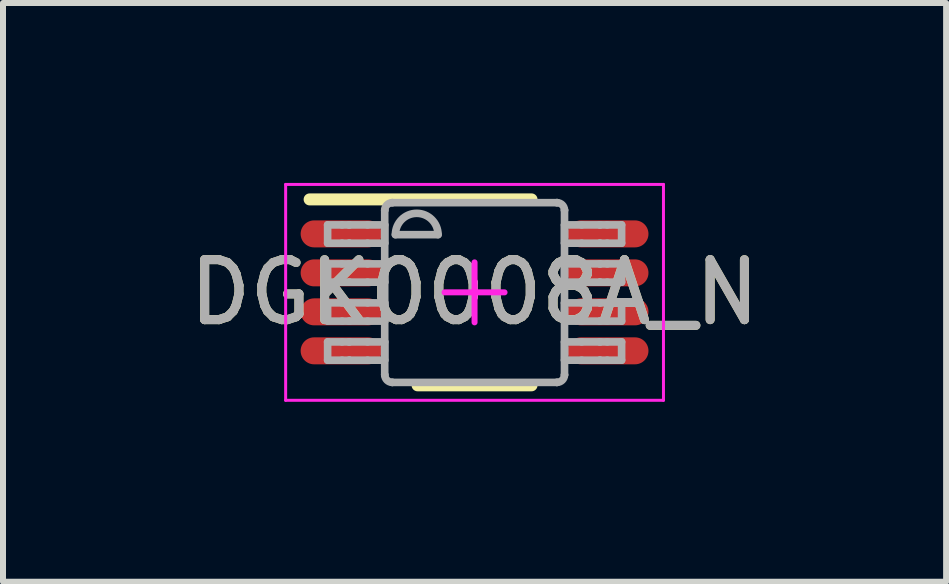
<source format=kicad_pcb>
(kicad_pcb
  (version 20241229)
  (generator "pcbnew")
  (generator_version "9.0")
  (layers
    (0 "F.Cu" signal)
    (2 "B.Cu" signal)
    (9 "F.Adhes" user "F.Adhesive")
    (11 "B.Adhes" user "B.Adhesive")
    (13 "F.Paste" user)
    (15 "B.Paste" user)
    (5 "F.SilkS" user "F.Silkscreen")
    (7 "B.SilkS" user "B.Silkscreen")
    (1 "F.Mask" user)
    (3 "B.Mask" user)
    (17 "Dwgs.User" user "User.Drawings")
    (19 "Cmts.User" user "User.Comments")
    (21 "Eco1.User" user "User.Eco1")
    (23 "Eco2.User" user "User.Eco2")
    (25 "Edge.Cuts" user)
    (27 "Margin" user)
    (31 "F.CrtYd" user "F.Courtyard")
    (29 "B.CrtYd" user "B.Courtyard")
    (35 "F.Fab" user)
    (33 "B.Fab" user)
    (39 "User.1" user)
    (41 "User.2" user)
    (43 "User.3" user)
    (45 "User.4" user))
  (footprint "DGK0008A_N"
    (layer "F.Cu")
    (at 4.863 1.825)
    (property "Reference" "DGK0008A_N" (at 0 0 0) (unlocked yes) (layer "F.SilkS") (effects (font (size 1 1) (thickness 0.15))))
    (attr smd)
    (fp_line (start -2.75 -1.55) (end 0.95 -1.55) (stroke (width 0.2) (type solid)) (layer "F.SilkS"))
    (fp_line (start -0.95 1.55) (end 0.95 1.55) (stroke (width 0.2) (type solid)) (layer "F.SilkS"))
    (fp_line (start -3.15 -1.8) (end 3.15 -1.8) (stroke (width 0.05) (type solid)) (layer "F.CrtYd"))
    (fp_line (start -3.15 1.8) (end -3.15 -1.8) (stroke (width 0.05) (type solid)) (layer "F.CrtYd"))
    (fp_line (start -3.15 1.8) (end 3.15 1.8) (stroke (width 0.05) (type solid)) (layer "F.CrtYd"))
    (fp_line (start -0.5 0) (end 0.5 0) (stroke (width 0.1) (type solid)) (layer "F.CrtYd"))
    (fp_line (start 0 0.5) (end 0 -0.5) (stroke (width 0.1) (type solid)) (layer "F.CrtYd"))
    (fp_line (start 3.15 1.8) (end 3.15 -1.8) (stroke (width 0.05) (type solid)) (layer "F.CrtYd"))
    (fp_line (start -2.45 -1.125) (end -2.21 -1.125) (stroke (width 0.127) (type solid)) (layer "F.Fab"))
    (fp_line (start -2.45 -0.82) (end -2.45 -1.125) (stroke (width 0.127) (type solid)) (layer "F.Fab"))
    (fp_line (start -2.45 -0.82) (end -2.21 -0.82) (stroke (width 0.127) (type solid)) (layer "F.Fab"))
    (fp_line (start -2.45 -0.475) (end -2.21 -0.475) (stroke (width 0.127) (type solid)) (layer "F.Fab"))
    (fp_line (start -2.45 -0.17) (end -2.45 -0.475) (stroke (width 0.127) (type solid)) (layer "F.Fab"))
    (fp_line (start -2.45 -0.17) (end -2.21 -0.17) (stroke (width 0.127) (type solid)) (layer "F.Fab"))
    (fp_line (start -2.45 0.175) (end -2.21 0.175) (stroke (width 0.127) (type solid)) (layer "F.Fab"))
    (fp_line (start -2.45 0.48) (end -2.45 0.175) (stroke (width 0.127) (type solid)) (layer "F.Fab"))
    (fp_line (start -2.45 0.48) (end -2.21 0.48) (stroke (width 0.127) (type solid)) (layer "F.Fab"))
    (fp_line (start -2.45 0.826) (end -2.21 0.826) (stroke (width 0.127) (type solid)) (layer "F.Fab"))
    (fp_line (start -2.45 1.131) (end -2.45 0.826) (stroke (width 0.127) (type solid)) (layer "F.Fab"))
    (fp_line (start -2.45 1.131) (end -2.21 1.131) (stroke (width 0.127) (type solid)) (layer "F.Fab"))
    (fp_line (start -2.21 -1.125) (end -2.091 -1.125) (stroke (width 0.127) (type solid)) (layer "F.Fab"))
    (fp_line (start -2.21 -0.82) (end -2.091 -0.82) (stroke (width 0.127) (type solid)) (layer "F.Fab"))
    (fp_line (start -2.21 -0.475) (end -2.091 -0.475) (stroke (width 0.127) (type solid)) (layer "F.Fab"))
    (fp_line (start -2.21 -0.17) (end -2.091 -0.17) (stroke (width 0.127) (type solid)) (layer "F.Fab"))
    (fp_line (start -2.21 0.175) (end -2.091 0.175) (stroke (width 0.127) (type solid)) (layer "F.Fab"))
    (fp_line (start -2.21 0.48) (end -2.091 0.48) (stroke (width 0.127) (type solid)) (layer "F.Fab"))
    (fp_line (start -2.21 0.826) (end -2.091 0.826) (stroke (width 0.127) (type solid)) (layer "F.Fab"))
    (fp_line (start -2.21 1.131) (end -2.091 1.131) (stroke (width 0.127) (type solid)) (layer "F.Fab"))
    (fp_line (start -2.091 -1.125) (end -2.087 -1.125) (stroke (width 0.127) (type solid)) (layer "F.Fab"))
    (fp_line (start -2.091 -0.82) (end -2.087 -0.82) (stroke (width 0.127) (type solid)) (layer "F.Fab"))
    (fp_line (start -2.091 -0.475) (end -2.087 -0.475) (stroke (width 0.127) (type solid)) (layer "F.Fab"))
    (fp_line (start -2.091 -0.17) (end -2.087 -0.17) (stroke (width 0.127) (type solid)) (layer "F.Fab"))
    (fp_line (start -2.091 0.175) (end -2.087 0.175) (stroke (width 0.127) (type solid)) (layer "F.Fab"))
    (fp_line (start -2.091 0.48) (end -2.087 0.48) (stroke (width 0.127) (type solid)) (layer "F.Fab"))
    (fp_line (start -2.091 0.826) (end -2.087 0.826) (stroke (width 0.127) (type solid)) (layer "F.Fab"))
    (fp_line (start -2.091 1.131) (end -2.087 1.131) (stroke (width 0.127) (type solid)) (layer "F.Fab"))
    (fp_line (start -2.087 -1.125) (end -1.784 -1.125) (stroke (width 0.127) (type solid)) (layer "F.Fab"))
    (fp_line (start -2.087 -0.82) (end -1.784 -0.82) (stroke (width 0.127) (type solid)) (layer "F.Fab"))
    (fp_line (start -2.087 -0.475) (end -1.784 -0.475) (stroke (width 0.127) (type solid)) (layer "F.Fab"))
    (fp_line (start -2.087 -0.17) (end -1.784 -0.17) (stroke (width 0.127) (type solid)) (layer "F.Fab"))
    (fp_line (start -2.087 0.175) (end -1.784 0.175) (stroke (width 0.127) (type solid)) (layer "F.Fab"))
    (fp_line (start -2.087 0.48) (end -1.784 0.48) (stroke (width 0.127) (type solid)) (layer "F.Fab"))
    (fp_line (start -2.087 0.826) (end -1.784 0.826) (stroke (width 0.127) (type solid)) (layer "F.Fab"))
    (fp_line (start -2.087 1.131) (end -1.784 1.131) (stroke (width 0.127) (type solid)) (layer "F.Fab"))
    (fp_line (start -1.784 -1.125) (end -1.498 -1.125) (stroke (width 0.127) (type solid)) (layer "F.Fab"))
    (fp_line (start -1.784 -0.82) (end -1.498 -0.82) (stroke (width 0.127) (type solid)) (layer "F.Fab"))
    (fp_line (start -1.784 -0.475) (end -1.498 -0.475) (stroke (width 0.127) (type solid)) (layer "F.Fab"))
    (fp_line (start -1.784 -0.17) (end -1.498 -0.17) (stroke (width 0.127) (type solid)) (layer "F.Fab"))
    (fp_line (start -1.784 0.175) (end -1.498 0.175) (stroke (width 0.127) (type solid)) (layer "F.Fab"))
    (fp_line (start -1.784 0.48) (end -1.498 0.48) (stroke (width 0.127) (type solid)) (layer "F.Fab"))
    (fp_line (start -1.784 0.826) (end -1.498 0.826) (stroke (width 0.127) (type solid)) (layer "F.Fab"))
    (fp_line (start -1.784 1.131) (end -1.498 1.131) (stroke (width 0.127) (type solid)) (layer "F.Fab"))
    (fp_line (start -1.498 -1.369) (end -1.497 -1.372) (stroke (width 0.127) (type solid)) (layer "F.Fab"))
    (fp_line (start -1.498 -0.82) (end -1.498 -1.125) (stroke (width 0.127) (type solid)) (layer "F.Fab"))
    (fp_line (start -1.498 -0.17) (end -1.498 -0.475) (stroke (width 0.127) (type solid)) (layer "F.Fab"))
    (fp_line (start -1.498 0.48) (end -1.498 0.175) (stroke (width 0.127) (type solid)) (layer "F.Fab"))
    (fp_line (start -1.498 1.131) (end -1.498 0.826) (stroke (width 0.127) (type solid)) (layer "F.Fab"))
    (fp_line (start -1.498 1.374) (end -1.498 -1.369) (stroke (width 0.127) (type solid)) (layer "F.Fab"))
    (fp_line (start -1.498 1.374) (end -1.497 1.377) (stroke (width 0.127) (type solid)) (layer "F.Fab"))
    (fp_line (start -1.373 -1.496) (end -1.371 -1.496) (stroke (width 0.127) (type solid)) (layer "F.Fab"))
    (fp_line (start -1.373 1.501) (end -1.371 1.501) (stroke (width 0.127) (type solid)) (layer "F.Fab"))
    (fp_line (start -1.371 -1.496) (end 1.373 -1.496) (stroke (width 0.127) (type solid)) (layer "F.Fab"))
    (fp_line (start -1.371 1.501) (end 1.373 1.501) (stroke (width 0.127) (type solid)) (layer "F.Fab"))
    (fp_line (start -1.32 -0.962) (end -0.609 -0.962) (stroke (width 0.127) (type solid)) (layer "F.Fab"))
    (fp_line (start 1.373 -1.496) (end 1.375 -1.496) (stroke (width 0.127) (type solid)) (layer "F.Fab"))
    (fp_line (start 1.373 1.501) (end 1.375 1.501) (stroke (width 0.127) (type solid)) (layer "F.Fab"))
    (fp_line (start 1.5 -1.372) (end 1.5 -1.369) (stroke (width 0.127) (type solid)) (layer "F.Fab"))
    (fp_line (start 1.5 1.377) (end 1.5 1.374) (stroke (width 0.127) (type solid)) (layer "F.Fab"))
    (fp_line (start 1.5 -1.125) (end 1.786 -1.125) (stroke (width 0.127) (type solid)) (layer "F.Fab"))
    (fp_line (start 1.5 -0.82) (end 1.5 -1.125) (stroke (width 0.127) (type solid)) (layer "F.Fab"))
    (fp_line (start 1.5 -0.82) (end 1.786 -0.82) (stroke (width 0.127) (type solid)) (layer "F.Fab"))
    (fp_line (start 1.5 -0.475) (end 1.786 -0.475) (stroke (width 0.127) (type solid)) (layer "F.Fab"))
    (fp_line (start 1.5 -0.17) (end 1.5 -0.475) (stroke (width 0.127) (type solid)) (layer "F.Fab"))
    (fp_line (start 1.5 -0.17) (end 1.786 -0.17) (stroke (width 0.127) (type solid)) (layer "F.Fab"))
    (fp_line (start 1.5 0.175) (end 1.786 0.175) (stroke (width 0.127) (type solid)) (layer "F.Fab"))
    (fp_line (start 1.5 0.48) (end 1.5 0.175) (stroke (width 0.127) (type solid)) (layer "F.Fab"))
    (fp_line (start 1.5 0.48) (end 1.786 0.48) (stroke (width 0.127) (type solid)) (layer "F.Fab"))
    (fp_line (start 1.5 0.826) (end 1.786 0.826) (stroke (width 0.127) (type solid)) (layer "F.Fab"))
    (fp_line (start 1.5 1.131) (end 1.5 0.826) (stroke (width 0.127) (type solid)) (layer "F.Fab"))
    (fp_line (start 1.5 1.131) (end 1.786 1.131) (stroke (width 0.127) (type solid)) (layer "F.Fab"))
    (fp_line (start 1.5 1.374) (end 1.5 -1.369) (stroke (width 0.127) (type solid)) (layer "F.Fab"))
    (fp_line (start 1.786 -1.125) (end 2.089 -1.125) (stroke (width 0.127) (type solid)) (layer "F.Fab"))
    (fp_line (start 1.786 -0.82) (end 2.089 -0.82) (stroke (width 0.127) (type solid)) (layer "F.Fab"))
    (fp_line (start 1.786 -0.475) (end 2.089 -0.475) (stroke (width 0.127) (type solid)) (layer "F.Fab"))
    (fp_line (start 1.786 -0.17) (end 2.089 -0.17) (stroke (width 0.127) (type solid)) (layer "F.Fab"))
    (fp_line (start 1.786 0.175) (end 2.089 0.175) (stroke (width 0.127) (type solid)) (layer "F.Fab"))
    (fp_line (start 1.786 0.48) (end 2.089 0.48) (stroke (width 0.127) (type solid)) (layer "F.Fab"))
    (fp_line (start 1.786 0.826) (end 2.089 0.826) (stroke (width 0.127) (type solid)) (layer "F.Fab"))
    (fp_line (start 1.786 1.131) (end 2.089 1.131) (stroke (width 0.127) (type solid)) (layer "F.Fab"))
    (fp_line (start 2.089 -1.125) (end 2.093 -1.125) (stroke (width 0.127) (type solid)) (layer "F.Fab"))
    (fp_line (start 2.089 -0.82) (end 2.093 -0.82) (stroke (width 0.127) (type solid)) (layer "F.Fab"))
    (fp_line (start 2.089 -0.475) (end 2.093 -0.475) (stroke (width 0.127) (type solid)) (layer "F.Fab"))
    (fp_line (start 2.089 -0.17) (end 2.093 -0.17) (stroke (width 0.127) (type solid)) (layer "F.Fab"))
    (fp_line (start 2.089 0.175) (end 2.093 0.175) (stroke (width 0.127) (type solid)) (layer "F.Fab"))
    (fp_line (start 2.089 0.48) (end 2.093 0.48) (stroke (width 0.127) (type solid)) (layer "F.Fab"))
    (fp_line (start 2.089 0.826) (end 2.093 0.826) (stroke (width 0.127) (type solid)) (layer "F.Fab"))
    (fp_line (start 2.089 1.131) (end 2.093 1.131) (stroke (width 0.127) (type solid)) (layer "F.Fab"))
    (fp_line (start 2.093 -1.125) (end 2.213 -1.125) (stroke (width 0.127) (type solid)) (layer "F.Fab"))
    (fp_line (start 2.093 -0.82) (end 2.213 -0.82) (stroke (width 0.127) (type solid)) (layer "F.Fab"))
    (fp_line (start 2.093 -0.475) (end 2.213 -0.475) (stroke (width 0.127) (type solid)) (layer "F.Fab"))
    (fp_line (start 2.093 -0.17) (end 2.213 -0.17) (stroke (width 0.127) (type solid)) (layer "F.Fab"))
    (fp_line (start 2.093 0.175) (end 2.213 0.175) (stroke (width 0.127) (type solid)) (layer "F.Fab"))
    (fp_line (start 2.093 0.48) (end 2.213 0.48) (stroke (width 0.127) (type solid)) (layer "F.Fab"))
    (fp_line (start 2.093 0.826) (end 2.213 0.826) (stroke (width 0.127) (type solid)) (layer "F.Fab"))
    (fp_line (start 2.093 1.131) (end 2.213 1.131) (stroke (width 0.127) (type solid)) (layer "F.Fab"))
    (fp_line (start 2.213 -1.125) (end 2.452 -1.125) (stroke (width 0.127) (type solid)) (layer "F.Fab"))
    (fp_line (start 2.213 -0.82) (end 2.452 -0.82) (stroke (width 0.127) (type solid)) (layer "F.Fab"))
    (fp_line (start 2.213 -0.475) (end 2.452 -0.475) (stroke (width 0.127) (type solid)) (layer "F.Fab"))
    (fp_line (start 2.213 -0.17) (end 2.452 -0.17) (stroke (width 0.127) (type solid)) (layer "F.Fab"))
    (fp_line (start 2.213 0.175) (end 2.452 0.175) (stroke (width 0.127) (type solid)) (layer "F.Fab"))
    (fp_line (start 2.213 0.48) (end 2.452 0.48) (stroke (width 0.127) (type solid)) (layer "F.Fab"))
    (fp_line (start 2.213 0.826) (end 2.452 0.826) (stroke (width 0.127) (type solid)) (layer "F.Fab"))
    (fp_line (start 2.213 1.131) (end 2.452 1.131) (stroke (width 0.127) (type solid)) (layer "F.Fab"))
    (fp_line (start 2.452 -0.82) (end 2.452 -1.125) (stroke (width 0.127) (type solid)) (layer "F.Fab"))
    (fp_line (start 2.452 -0.17) (end 2.452 -0.475) (stroke (width 0.127) (type solid)) (layer "F.Fab"))
    (fp_line (start 2.452 0.48) (end 2.452 0.175) (stroke (width 0.127) (type solid)) (layer "F.Fab"))
    (fp_line (start 2.452 1.131) (end 2.452 0.826) (stroke (width 0.127) (type solid)) (layer "F.Fab"))
    (fp_arc (start -1.497476 -1.371582) (mid -1.460306 -1.458644) (end -1.373243 -1.495814) (stroke (width 0.127) (type solid)) (layer "F.Fab"))
    (fp_arc (start -1.373243 1.501336) (mid -1.460306 1.464166) (end -1.497476 1.377104) (stroke (width 0.127) (type solid)) (layer "F.Fab"))
    (fp_arc (start -1.3197 -0.962439) (mid -0.9641 -1.318039) (end -0.6085 -0.962439) (stroke (width 0.127) (type solid)) (layer "F.Fab"))
    (fp_arc (start 1.375443 -1.495814) (mid 1.462505 -1.458644) (end 1.499675 -1.371582) (stroke (width 0.127) (type solid)) (layer "F.Fab"))
    (fp_arc (start 1.499675 1.377104) (mid 1.462505 1.464166) (end 1.375443 1.501336) (stroke (width 0.127) (type solid)) (layer "F.Fab"))
    (fp_text user "${REFERENCE}" (at 0 0 0) (unlocked yes) (layer "F.Fab") (effects (font (size 1 1) (thickness 0.15))))
    (pad "1" smd oval (at -2.225 -0.975 90) (size 0.45 1.35) (layers "F.Cu" "F.Mask" "F.Paste"))
    (pad "2" smd oval (at -2.225 -0.325 90) (size 0.45 1.35) (layers "F.Cu" "F.Mask" "F.Paste"))
    (pad "3" smd oval (at -2.225 0.325 90) (size 0.45 1.35) (layers "F.Cu" "F.Mask" "F.Paste"))
    (pad "4" smd oval (at -2.225 0.975 90) (size 0.45 1.35) (layers "F.Cu" "F.Mask" "F.Paste"))
    (pad "5" smd oval (at 2.225 0.975 90) (size 0.45 1.35) (layers "F.Cu" "F.Mask" "F.Paste"))
    (pad "6" smd oval (at 2.225 0.325 90) (size 0.45 1.35) (layers "F.Cu" "F.Mask" "F.Paste"))
    (pad "7" smd oval (at 2.225 -0.325 90) (size 0.45 1.35) (layers "F.Cu" "F.Mask" "F.Paste"))
    (pad "8" smd oval (at 2.225 -0.975 90) (size 0.45 1.35) (layers "F.Cu" "F.Mask" "F.Paste")))
  (gr_rect
    (start -3 -3)
    (end 12.726 6.65)
    (stroke (width 0.1) (type default))
    (fill no)
    (layer "Edge.Cuts")))
</source>
